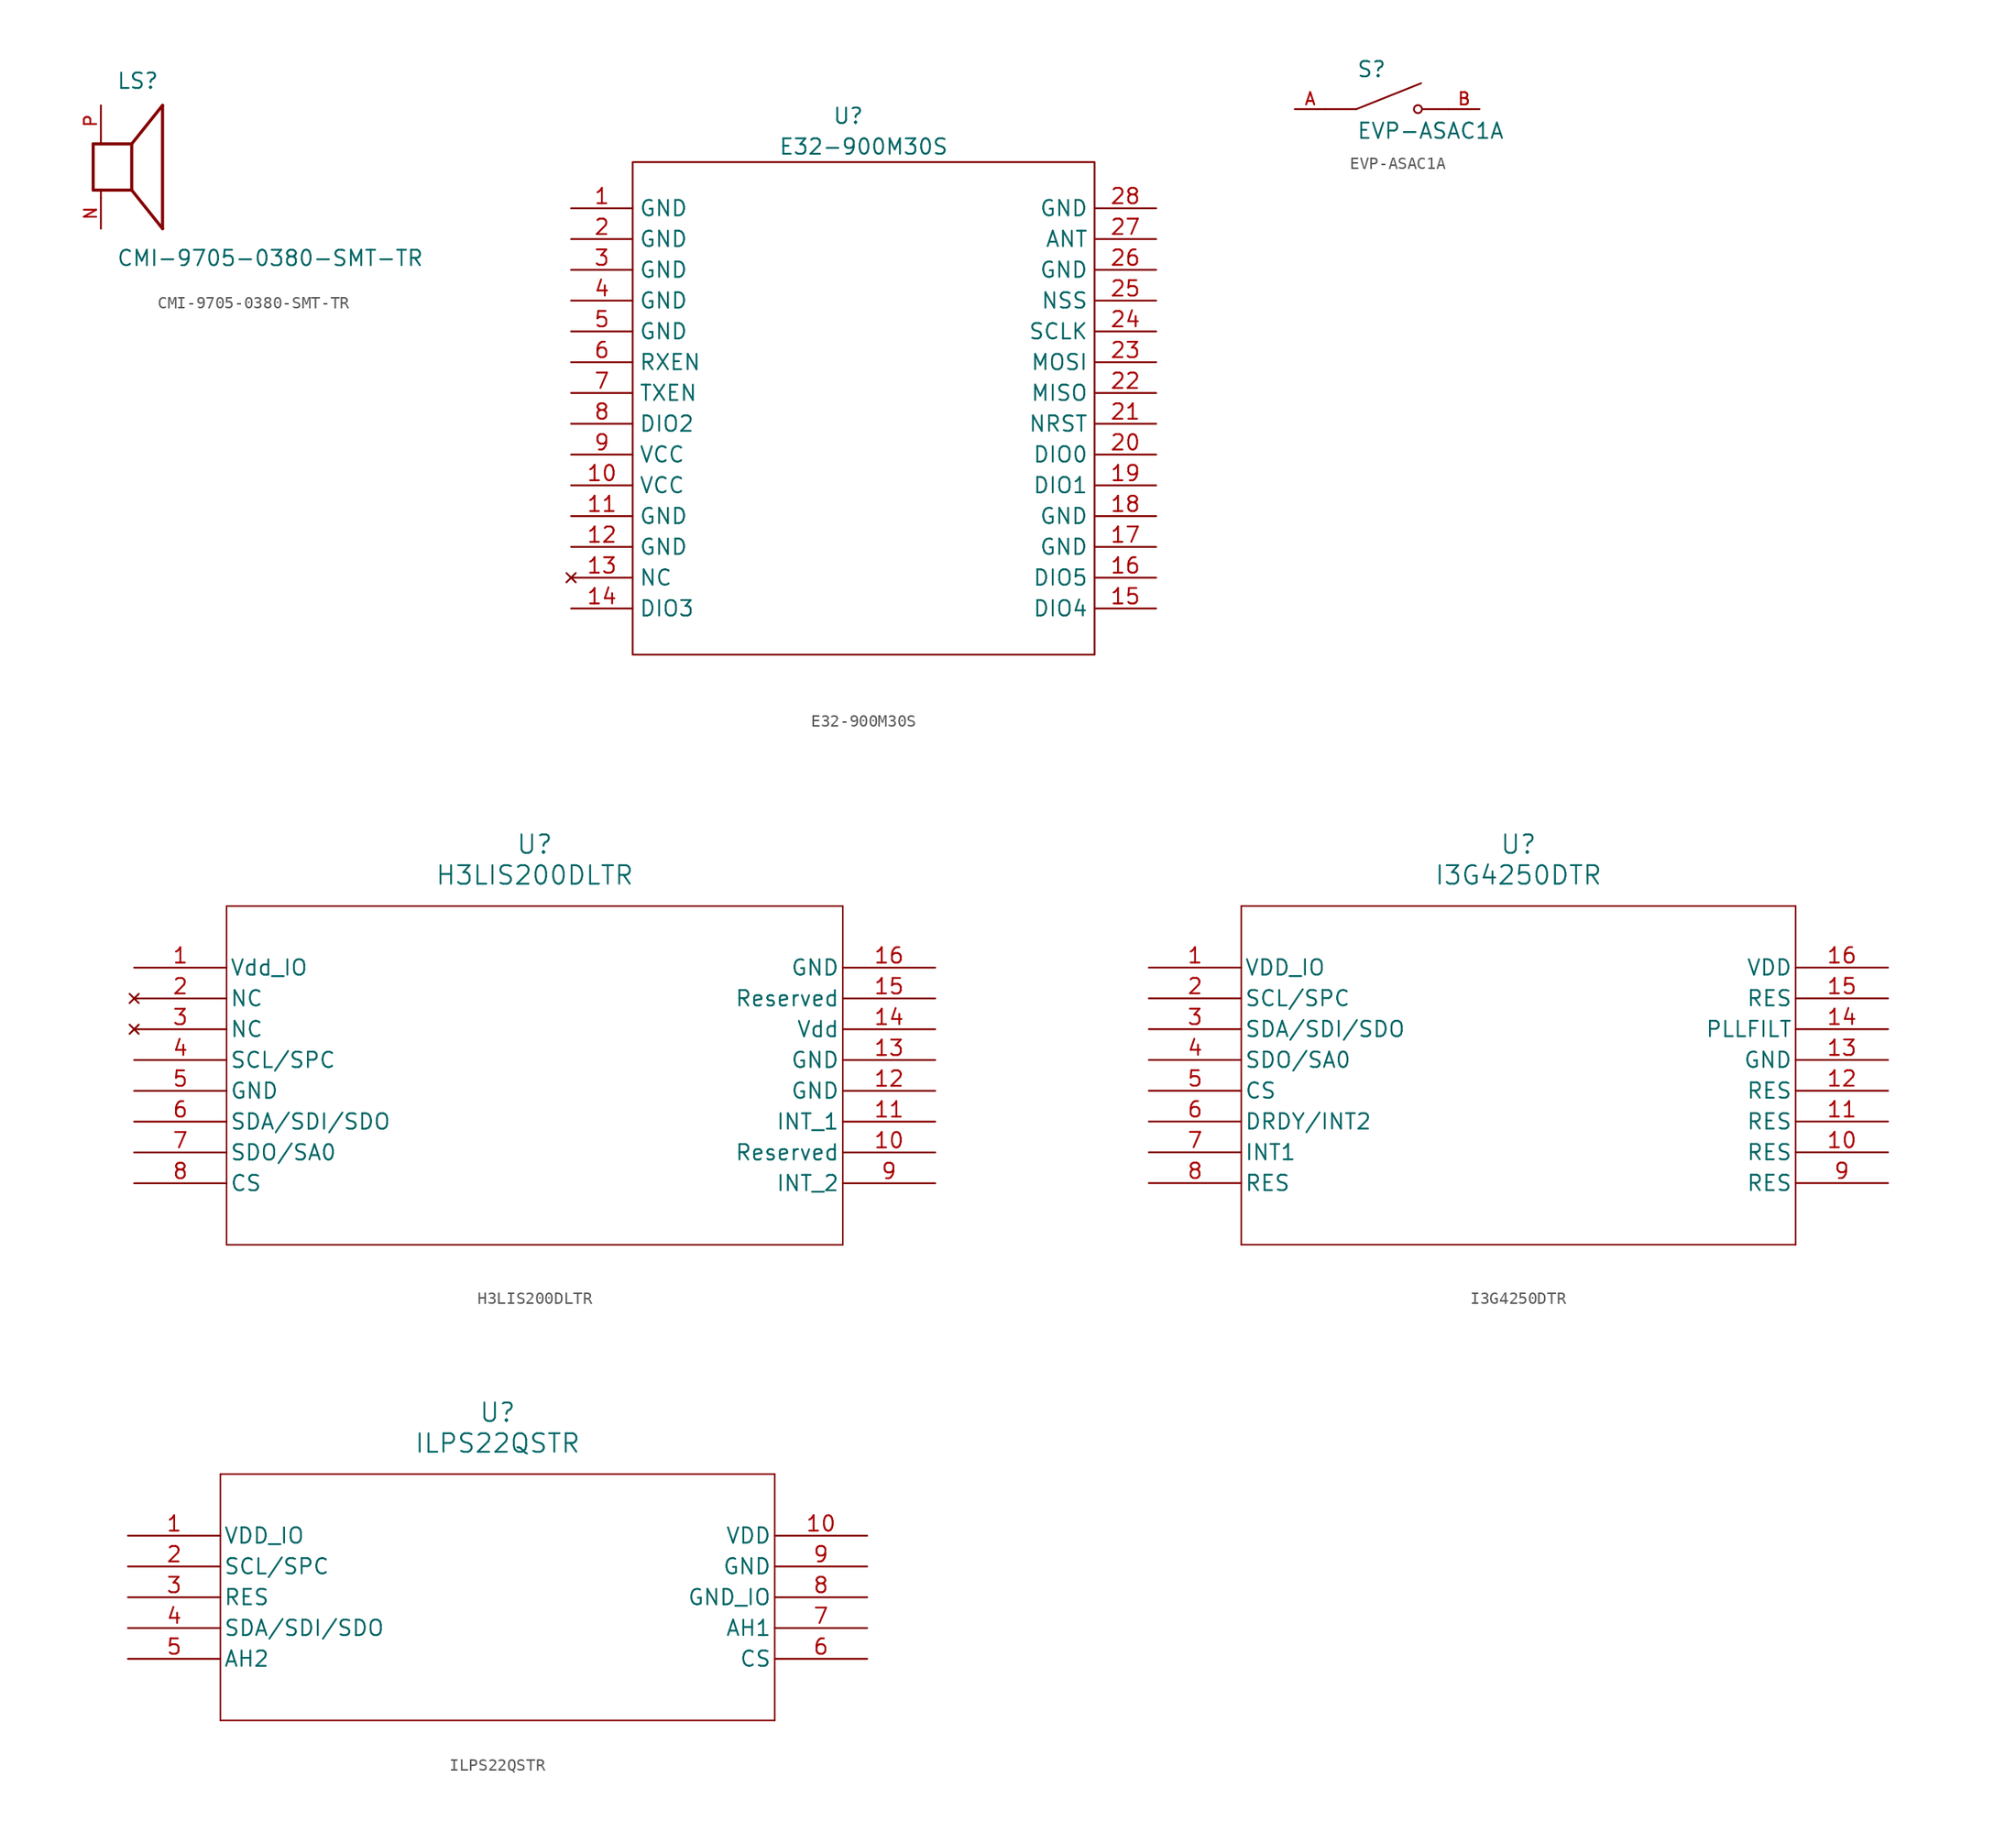
<source format=kicad_sym>
(kicad_symbol_lib
  (version 20220914)
  (generator kicad_symbol_editor)
  (symbol "CMI-9705-0380-SMT-TR"
    (pin_names
      (offset 1.016))
    (property "Reference" "LS"
      (at -1.27 6.35 0)
      (effects (font (size 1.27 1.27)) (justify left bottom)))
    (property "Value" "CMI-9705-0380-SMT-TR"
      (at -1.27 -8.255 0)
      (effects (font (size 1.27 1.27)) (justify left bottom)))
    (symbol "CMI-9705-0380-SMT-TR_0_0"
      (polyline (pts (xy -3.175 -1.905) (xy -2.54 -1.905)) (stroke (width 0.254) (type default)) (fill (type none)))
      (polyline (pts (xy -3.175 1.905) (xy -3.175 -1.905)) (stroke (width 0.254) (type default)) (fill (type none)))
      (polyline (pts (xy -3.175 1.905) (xy -2.54 1.905)) (stroke (width 0.254) (type default)) (fill (type none)))
      (polyline (pts (xy -2.54 -2.54) (xy -2.54 -1.905)) (stroke (width 0.152) (type default)) (fill (type none)))
      (polyline (pts (xy -2.54 -1.905) (xy 0 -1.905)) (stroke (width 0.254) (type default)) (fill (type none)))
      (polyline (pts (xy -2.54 1.905) (xy 0 1.905)) (stroke (width 0.254) (type default)) (fill (type none)))
      (polyline (pts (xy -2.54 2.54) (xy -2.54 1.905)) (stroke (width 0.152) (type default)) (fill (type none)))
      (polyline (pts (xy 0 -1.905) (xy 0 1.905)) (stroke (width 0.254) (type default)) (fill (type none)))
      (polyline (pts (xy 0 -1.905) (xy 2.54 -5.08)) (stroke (width 0.254) (type default)) (fill (type none)))
      (polyline (pts (xy 0 1.905) (xy 2.54 5.08)) (stroke (width 0.254) (type default)) (fill (type none)))
      (polyline (pts (xy 2.54 -5.08) (xy 2.54 5.08)) (stroke (width 0.254) (type default)) (fill (type none)))
      (pin passive line (at -2.54 -5.08 90) (length 2.54) (name "~" (effects (font (size 1.016 1.016)))) (number "N" (effects (font (size 1.016 1.016)))))
      (pin passive line (at -2.54 5.08 270) (length 2.54) (name "~" (effects (font (size 1.016 1.016)))) (number "P" (effects (font (size 1.016 1.016)))))))
  (symbol "E32-900M30S"
    (property "Reference" "U"
      (at -1.27 24.13 0)
      (effects (font (size 1.27 1.27))))
    (property "Value" "E32-900M30S"
      (at 0 21.59 0)
      (effects (font (size 1.27 1.27))))
    (symbol "E32-900M30S_0_1"
      (rectangle (start -19.05 20.32) (end 19.05 -20.32) (stroke (width 0) (type default)) (fill (type none))))
    (symbol "E32-900M30S_1_1"
      (pin power_in line (at -24.13 16.51 0) (length 5.08) (name "GND" (effects (font (size 1.27 1.27)))) (number "1" (effects (font (size 1.27 1.27)))))
      (pin power_in line (at -24.13 -6.35 0) (length 5.08) (name "VCC" (effects (font (size 1.27 1.27)))) (number "10" (effects (font (size 1.27 1.27)))))
      (pin power_in line (at -24.13 -8.89 0) (length 5.08) (name "GND" (effects (font (size 1.27 1.27)))) (number "11" (effects (font (size 1.27 1.27)))))
      (pin power_in line (at -24.13 -11.43 0) (length 5.08) (name "GND" (effects (font (size 1.27 1.27)))) (number "12" (effects (font (size 1.27 1.27)))))
      (pin no_connect line (at -24.13 -13.97 0) (length 5.08) (name "NC" (effects (font (size 1.27 1.27)))) (number "13" (effects (font (size 1.27 1.27)))))
      (pin bidirectional line (at -24.13 -16.51 0) (length 5.08) (name "DIO3" (effects (font (size 1.27 1.27)))) (number "14" (effects (font (size 1.27 1.27)))))
      (pin bidirectional line (at 24.13 -16.51 180) (length 5.08) (name "DIO4" (effects (font (size 1.27 1.27)))) (number "15" (effects (font (size 1.27 1.27)))))
      (pin bidirectional line (at 24.13 -13.97 180) (length 5.08) (name "DIO5" (effects (font (size 1.27 1.27)))) (number "16" (effects (font (size 1.27 1.27)))))
      (pin power_in line (at 24.13 -11.43 180) (length 5.08) (name "GND" (effects (font (size 1.27 1.27)))) (number "17" (effects (font (size 1.27 1.27)))))
      (pin power_in line (at 24.13 -8.89 180) (length 5.08) (name "GND" (effects (font (size 1.27 1.27)))) (number "18" (effects (font (size 1.27 1.27)))))
      (pin bidirectional line (at 24.13 -6.35 180) (length 5.08) (name "DIO1" (effects (font (size 1.27 1.27)))) (number "19" (effects (font (size 1.27 1.27)))))
      (pin power_in line (at -24.13 13.97 0) (length 5.08) (name "GND" (effects (font (size 1.27 1.27)))) (number "2" (effects (font (size 1.27 1.27)))))
      (pin bidirectional line (at 24.13 -3.81 180) (length 5.08) (name "DIO0" (effects (font (size 1.27 1.27)))) (number "20" (effects (font (size 1.27 1.27)))))
      (pin input line (at 24.13 -1.27 180) (length 5.08) (name "NRST" (effects (font (size 1.27 1.27)))) (number "21" (effects (font (size 1.27 1.27)))))
      (pin output line (at 24.13 1.27 180) (length 5.08) (name "MISO" (effects (font (size 1.27 1.27)))) (number "22" (effects (font (size 1.27 1.27)))))
      (pin input line (at 24.13 3.81 180) (length 5.08) (name "MOSI" (effects (font (size 1.27 1.27)))) (number "23" (effects (font (size 1.27 1.27)))))
      (pin input line (at 24.13 6.35 180) (length 5.08) (name "SCLK" (effects (font (size 1.27 1.27)))) (number "24" (effects (font (size 1.27 1.27)))))
      (pin input line (at 24.13 8.89 180) (length 5.08) (name "NSS" (effects (font (size 1.27 1.27)))) (number "25" (effects (font (size 1.27 1.27)))))
      (pin power_in line (at 24.13 11.43 180) (length 5.08) (name "GND" (effects (font (size 1.27 1.27)))) (number "26" (effects (font (size 1.27 1.27)))))
      (pin bidirectional line (at 24.13 13.97 180) (length 5.08) (name "ANT" (effects (font (size 1.27 1.27)))) (number "27" (effects (font (size 1.27 1.27)))))
      (pin power_in line (at 24.13 16.51 180) (length 5.08) (name "GND" (effects (font (size 1.27 1.27)))) (number "28" (effects (font (size 1.27 1.27)))))
      (pin power_in line (at -24.13 11.43 0) (length 5.08) (name "GND" (effects (font (size 1.27 1.27)))) (number "3" (effects (font (size 1.27 1.27)))))
      (pin power_in line (at -24.13 8.89 0) (length 5.08) (name "GND" (effects (font (size 1.27 1.27)))) (number "4" (effects (font (size 1.27 1.27)))))
      (pin power_in line (at -24.13 6.35 0) (length 5.08) (name "GND" (effects (font (size 1.27 1.27)))) (number "5" (effects (font (size 1.27 1.27)))))
      (pin input line (at -24.13 3.81 0) (length 5.08) (name "RXEN" (effects (font (size 1.27 1.27)))) (number "6" (effects (font (size 1.27 1.27)))))
      (pin input line (at -24.13 1.27 0) (length 5.08) (name "TXEN" (effects (font (size 1.27 1.27)))) (number "7" (effects (font (size 1.27 1.27)))))
      (pin bidirectional line (at -24.13 -1.27 0) (length 5.08) (name "DIO2" (effects (font (size 1.27 1.27)))) (number "8" (effects (font (size 1.27 1.27)))))
      (pin power_in line (at -24.13 -3.81 0) (length 5.08) (name "VCC" (effects (font (size 1.27 1.27)))) (number "9" (effects (font (size 1.27 1.27)))))))
  (symbol "EVP-ASAC1A"
    (pin_names
      (offset 1.016))
    (property "Reference" "S"
      (at -2.54 2.54 0)
      (effects (font (size 1.27 1.27)) (justify left bottom)))
    (property "Value" "EVP-ASAC1A"
      (at -2.54 -2.54 0)
      (effects (font (size 1.27 1.27)) (justify left bottom)))
    (symbol "EVP-ASAC1A_0_0"
      (polyline (pts (xy -2.54 0) (xy -5.08 0)) (stroke (width 0.152) (type default)) (fill (type none)))
      (polyline (pts (xy -2.54 0) (xy 2.794 2.134)) (stroke (width 0.152) (type default)) (fill (type none)))
      (polyline (pts (xy 5.08 0) (xy 2.921 0)) (stroke (width 0.152) (type default)) (fill (type none)))
      (circle (center 2.54 0) (radius 0.33) (stroke (width 0.152) (type default)) (fill (type none)))
      (pin passive line (at -7.62 0 0) (length 2.54) (name "~" (effects (font (size 1.016 1.016)))) (number "A" (effects (font (size 1.016 1.016)))))
      (pin passive line (at 7.62 0 180) (length 2.54) (name "~" (effects (font (size 1.016 1.016)))) (number "B" (effects (font (size 1.016 1.016)))))))
  (symbol "H3LIS200DLTR"
    (pin_names
      (offset 0.254))
    (property "Reference" "U"
      (at 33.02 10.16 0)
      (effects (font (size 1.524 1.524))))
    (property "Value" "H3LIS200DLTR"
      (at 33.02 7.62 0)
      (effects (font (size 1.524 1.524))))
    (property "ki_locked" ""
      (at 0 0 0)
      (effects (font (size 1.27 1.27))))
    (symbol "H3LIS200DLTR_0_1"
      (polyline (pts (xy 7.62 -22.86) (xy 58.42 -22.86)) (stroke (width 0.127) (type default)) (fill (type none)))
      (polyline (pts (xy 7.62 5.08) (xy 7.62 -22.86)) (stroke (width 0.127) (type default)) (fill (type none)))
      (polyline (pts (xy 58.42 -22.86) (xy 58.42 5.08)) (stroke (width 0.127) (type default)) (fill (type none)))
      (polyline (pts (xy 58.42 5.08) (xy 7.62 5.08)) (stroke (width 0.127) (type default)) (fill (type none)))
      (pin power_in line (at 0 0 0) (length 7.62) (name "Vdd_IO" (effects (font (size 1.27 1.27)))) (number "1" (effects (font (size 1.27 1.27)))))
      (pin unspecified line (at 66.04 -15.24 180) (length 7.62) (name "Reserved" (effects (font (size 1.27 1.27)))) (number "10" (effects (font (size 1.27 1.27)))))
      (pin input line (at 66.04 -12.7 180) (length 7.62) (name "INT_1" (effects (font (size 1.27 1.27)))) (number "11" (effects (font (size 1.27 1.27)))))
      (pin power_out line (at 66.04 -10.16 180) (length 7.62) (name "GND" (effects (font (size 1.27 1.27)))) (number "12" (effects (font (size 1.27 1.27)))))
      (pin power_out line (at 66.04 -7.62 180) (length 7.62) (name "GND" (effects (font (size 1.27 1.27)))) (number "13" (effects (font (size 1.27 1.27)))))
      (pin power_in line (at 66.04 -5.08 180) (length 7.62) (name "Vdd" (effects (font (size 1.27 1.27)))) (number "14" (effects (font (size 1.27 1.27)))))
      (pin unspecified line (at 66.04 -2.54 180) (length 7.62) (name "Reserved" (effects (font (size 1.27 1.27)))) (number "15" (effects (font (size 1.27 1.27)))))
      (pin power_out line (at 66.04 0 180) (length 7.62) (name "GND" (effects (font (size 1.27 1.27)))) (number "16" (effects (font (size 1.27 1.27)))))
      (pin no_connect line (at 0 -2.54 0) (length 7.62) (name "NC" (effects (font (size 1.27 1.27)))) (number "2" (effects (font (size 1.27 1.27)))))
      (pin no_connect line (at 0 -5.08 0) (length 7.62) (name "NC" (effects (font (size 1.27 1.27)))) (number "3" (effects (font (size 1.27 1.27)))))
      (pin unspecified line (at 0 -7.62 0) (length 7.62) (name "SCL/SPC" (effects (font (size 1.27 1.27)))) (number "4" (effects (font (size 1.27 1.27)))))
      (pin power_out line (at 0 -10.16 0) (length 7.62) (name "GND" (effects (font (size 1.27 1.27)))) (number "5" (effects (font (size 1.27 1.27)))))
      (pin unspecified line (at 0 -12.7 0) (length 7.62) (name "SDA/SDI/SDO" (effects (font (size 1.27 1.27)))) (number "6" (effects (font (size 1.27 1.27)))))
      (pin unspecified line (at 0 -15.24 0) (length 7.62) (name "SDO/SA0" (effects (font (size 1.27 1.27)))) (number "7" (effects (font (size 1.27 1.27)))))
      (pin unspecified line (at 0 -17.78 0) (length 7.62) (name "CS" (effects (font (size 1.27 1.27)))) (number "8" (effects (font (size 1.27 1.27)))))
      (pin input line (at 66.04 -17.78 180) (length 7.62) (name "INT_2" (effects (font (size 1.27 1.27)))) (number "9" (effects (font (size 1.27 1.27)))))))
  (symbol "I3G4250DTR"
    (pin_names
      (offset 0.254))
    (property "Reference" "U"
      (at 30.48 10.16 0)
      (effects (font (size 1.524 1.524))))
    (property "Value" "I3G4250DTR"
      (at 30.48 7.62 0)
      (effects (font (size 1.524 1.524))))
    (property "ki_locked" ""
      (at 0 0 0)
      (effects (font (size 1.27 1.27))))
    (symbol "I3G4250DTR_0_1"
      (polyline (pts (xy 7.62 -22.86) (xy 53.34 -22.86)) (stroke (width 0.127) (type default)) (fill (type none)))
      (polyline (pts (xy 7.62 5.08) (xy 7.62 -22.86)) (stroke (width 0.127) (type default)) (fill (type none)))
      (polyline (pts (xy 53.34 -22.86) (xy 53.34 5.08)) (stroke (width 0.127) (type default)) (fill (type none)))
      (polyline (pts (xy 53.34 5.08) (xy 7.62 5.08)) (stroke (width 0.127) (type default)) (fill (type none)))
      (pin power_in line (at 0 0 0) (length 7.62) (name "VDD_IO" (effects (font (size 1.27 1.27)))) (number "1" (effects (font (size 1.27 1.27)))))
      (pin power_out line (at 60.96 -15.24 180) (length 7.62) (name "RES" (effects (font (size 1.27 1.27)))) (number "10" (effects (font (size 1.27 1.27)))))
      (pin power_out line (at 60.96 -12.7 180) (length 7.62) (name "RES" (effects (font (size 1.27 1.27)))) (number "11" (effects (font (size 1.27 1.27)))))
      (pin power_out line (at 60.96 -10.16 180) (length 7.62) (name "RES" (effects (font (size 1.27 1.27)))) (number "12" (effects (font (size 1.27 1.27)))))
      (pin power_out line (at 60.96 -7.62 180) (length 7.62) (name "GND" (effects (font (size 1.27 1.27)))) (number "13" (effects (font (size 1.27 1.27)))))
      (pin unspecified line (at 60.96 -5.08 180) (length 7.62) (name "PLLFILT" (effects (font (size 1.27 1.27)))) (number "14" (effects (font (size 1.27 1.27)))))
      (pin power_in line (at 60.96 -2.54 180) (length 7.62) (name "RES" (effects (font (size 1.27 1.27)))) (number "15" (effects (font (size 1.27 1.27)))))
      (pin power_in line (at 60.96 0 180) (length 7.62) (name "VDD" (effects (font (size 1.27 1.27)))) (number "16" (effects (font (size 1.27 1.27)))))
      (pin unspecified line (at 0 -2.54 0) (length 7.62) (name "SCL/SPC" (effects (font (size 1.27 1.27)))) (number "2" (effects (font (size 1.27 1.27)))))
      (pin unspecified line (at 0 -5.08 0) (length 7.62) (name "SDA/SDI/SDO" (effects (font (size 1.27 1.27)))) (number "3" (effects (font (size 1.27 1.27)))))
      (pin unspecified line (at 0 -7.62 0) (length 7.62) (name "SDO/SA0" (effects (font (size 1.27 1.27)))) (number "4" (effects (font (size 1.27 1.27)))))
      (pin unspecified line (at 0 -10.16 0) (length 7.62) (name "CS" (effects (font (size 1.27 1.27)))) (number "5" (effects (font (size 1.27 1.27)))))
      (pin unspecified line (at 0 -12.7 0) (length 7.62) (name "DRDY/INT2" (effects (font (size 1.27 1.27)))) (number "6" (effects (font (size 1.27 1.27)))))
      (pin input line (at 0 -15.24 0) (length 7.62) (name "INT1" (effects (font (size 1.27 1.27)))) (number "7" (effects (font (size 1.27 1.27)))))
      (pin power_out line (at 0 -17.78 0) (length 7.62) (name "RES" (effects (font (size 1.27 1.27)))) (number "8" (effects (font (size 1.27 1.27)))))
      (pin power_out line (at 60.96 -17.78 180) (length 7.62) (name "RES" (effects (font (size 1.27 1.27)))) (number "9" (effects (font (size 1.27 1.27)))))))
  (symbol "ILPS22QSTR"
    (pin_names
      (offset 0.254))
    (property "Reference" "U"
      (at 30.48 10.16 0)
      (effects (font (size 1.524 1.524))))
    (property "Value" "ILPS22QSTR"
      (at 30.48 7.62 0)
      (effects (font (size 1.524 1.524))))
    (property "ki_locked" ""
      (at 0 0 0)
      (effects (font (size 1.27 1.27))))
    (symbol "ILPS22QSTR_0_1"
      (polyline (pts (xy 7.62 -15.24) (xy 53.34 -15.24)) (stroke (width 0.127) (type default)) (fill (type none)))
      (polyline (pts (xy 7.62 5.08) (xy 7.62 -15.24)) (stroke (width 0.127) (type default)) (fill (type none)))
      (polyline (pts (xy 53.34 -15.24) (xy 53.34 5.08)) (stroke (width 0.127) (type default)) (fill (type none)))
      (polyline (pts (xy 53.34 5.08) (xy 7.62 5.08)) (stroke (width 0.127) (type default)) (fill (type none)))
      (pin power_in line (at 0 0 0) (length 7.62) (name "VDD_IO" (effects (font (size 1.27 1.27)))) (number "1" (effects (font (size 1.27 1.27)))))
      (pin power_in line (at 60.96 0 180) (length 7.62) (name "VDD" (effects (font (size 1.27 1.27)))) (number "10" (effects (font (size 1.27 1.27)))))
      (pin input line (at 0 -2.54 0) (length 7.62) (name "SCL/SPC" (effects (font (size 1.27 1.27)))) (number "2" (effects (font (size 1.27 1.27)))))
      (pin power_out line (at 0 -5.08 0) (length 7.62) (name "RES" (effects (font (size 1.27 1.27)))) (number "3" (effects (font (size 1.27 1.27)))))
      (pin bidirectional line (at 0 -7.62 0) (length 7.62) (name "SDA/SDI/SDO" (effects (font (size 1.27 1.27)))) (number "4" (effects (font (size 1.27 1.27)))))
      (pin bidirectional line (at 0 -10.16 0) (length 7.62) (name "AH2" (effects (font (size 1.27 1.27)))) (number "5" (effects (font (size 1.27 1.27)))))
      (pin unspecified line (at 60.96 -10.16 180) (length 7.62) (name "CS" (effects (font (size 1.27 1.27)))) (number "6" (effects (font (size 1.27 1.27)))))
      (pin bidirectional line (at 60.96 -7.62 180) (length 7.62) (name "AH1" (effects (font (size 1.27 1.27)))) (number "7" (effects (font (size 1.27 1.27)))))
      (pin power_out line (at 60.96 -5.08 180) (length 7.62) (name "GND_IO" (effects (font (size 1.27 1.27)))) (number "8" (effects (font (size 1.27 1.27)))))
      (pin power_out line (at 60.96 -2.54 180) (length 7.62) (name "GND" (effects (font (size 1.27 1.27)))) (number "9" (effects (font (size 1.27 1.27))))))))
</source>
